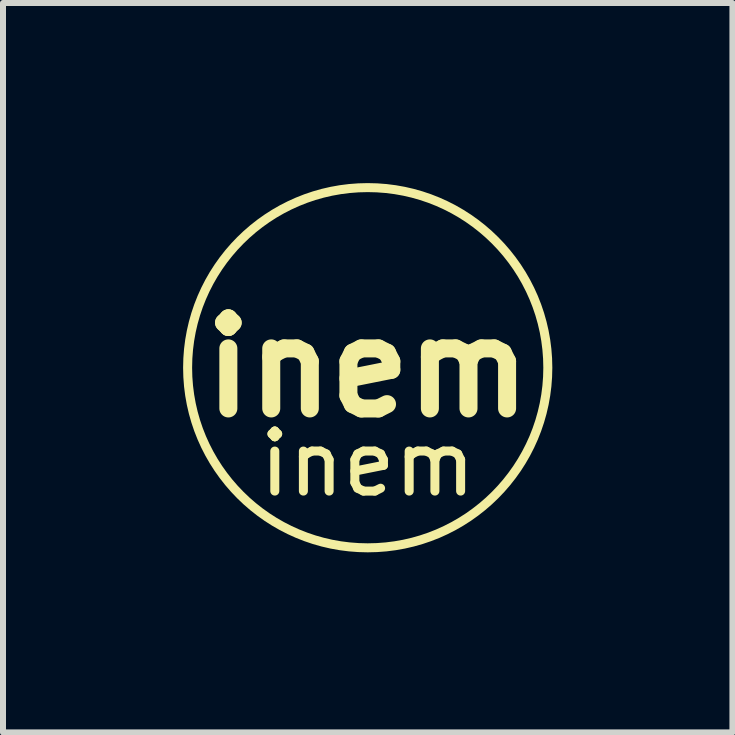
<source format=kicad_pcb>
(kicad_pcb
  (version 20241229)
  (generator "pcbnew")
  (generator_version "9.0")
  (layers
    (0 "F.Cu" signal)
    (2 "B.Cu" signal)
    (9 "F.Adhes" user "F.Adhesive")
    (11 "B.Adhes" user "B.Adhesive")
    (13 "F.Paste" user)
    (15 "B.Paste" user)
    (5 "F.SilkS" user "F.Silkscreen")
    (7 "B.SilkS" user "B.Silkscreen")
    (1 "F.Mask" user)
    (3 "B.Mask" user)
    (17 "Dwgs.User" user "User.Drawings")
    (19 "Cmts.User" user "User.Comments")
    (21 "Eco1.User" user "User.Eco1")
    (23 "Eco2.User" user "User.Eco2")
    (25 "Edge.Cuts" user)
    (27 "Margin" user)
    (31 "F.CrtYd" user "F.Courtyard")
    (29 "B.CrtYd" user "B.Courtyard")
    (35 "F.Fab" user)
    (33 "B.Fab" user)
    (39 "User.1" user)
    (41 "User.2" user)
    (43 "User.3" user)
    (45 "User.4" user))
  (footprint "inem"
    (layer "F.Cu")
    (at 3.075 3.075)
    (property "Reference" "inem" (at 0 1.6 0) (layer "F.SilkS") (effects (font (size 1 1) (thickness 0.15))))
    (attr through_hole)
    (fp_circle (center 0 0) (end 3 0) (stroke (width 0.15) (type solid)) (fill no) (layer "F.SilkS"))
    (fp_text user "inem" (at 0 0 0) (layer "F.SilkS") (effects (font (size 1.5 1.5) (thickness 0.3)))))
  (gr_rect
    (start -3 -3)
    (end 9.15 9.15)
    (stroke (width 0.1) (type default))
    (fill no)
    (layer "Edge.Cuts")))
</source>
